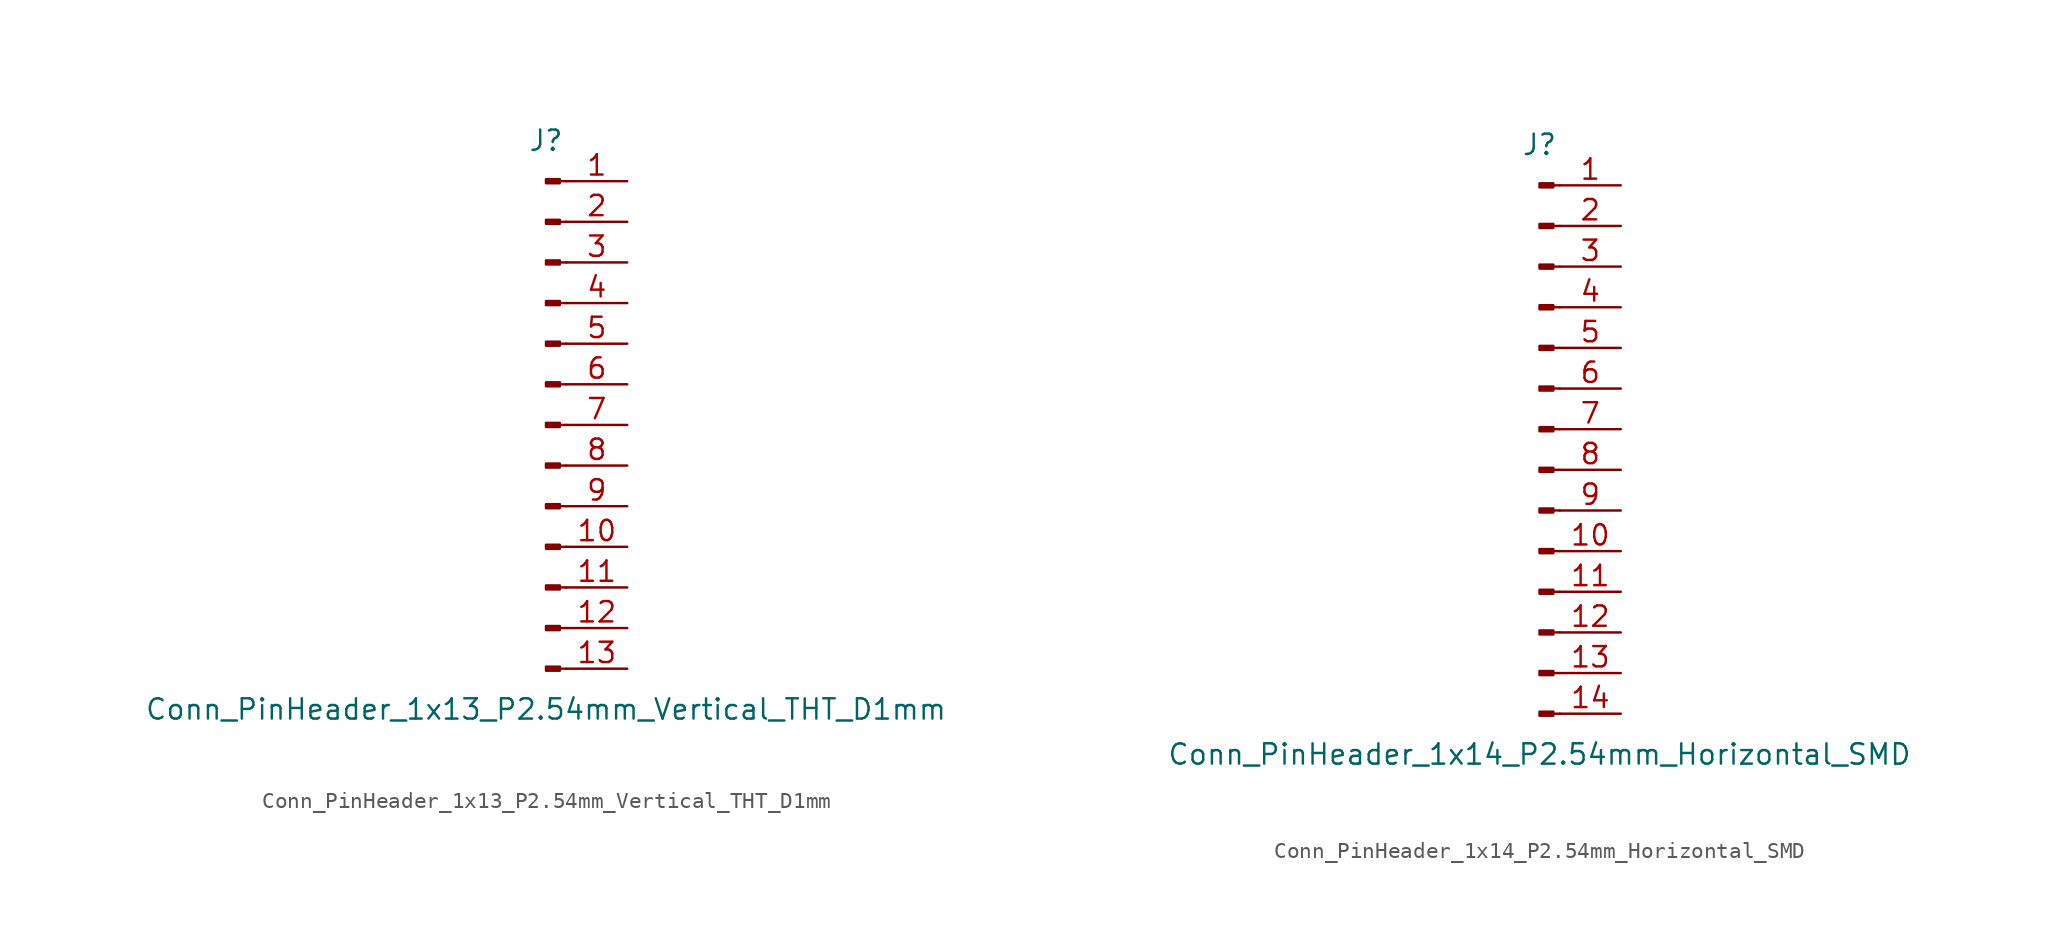
<source format=kicad_sym>
(kicad_symbol_lib
  (version 20220914)
  (generator kicad_symbol_editor)
  (symbol "Conn_PinHeader_1x13_P2.54mm_Vertical_THT_D1mm"
    (pin_names
      (offset 1.016) hide)
    (property "Reference" "J"
      (at 0 17.78 0)
      (effects (font (size 1.27 1.27))))
    (property "Value" "Conn_PinHeader_1x13_P2.54mm_Vertical_THT_D1mm"
      (at 0 -17.78 0)
      (effects (font (size 1.27 1.27))))
    (symbol "Conn_PinHeader_1x13_P2.54mm_Vertical_THT_D1mm_1_1"
      (polyline (pts (xy 1.27 -15.24) (xy 0.864 -15.24)) (stroke (width 0.152) (type solid)) (fill (type none)))
      (polyline (pts (xy 1.27 -12.7) (xy 0.864 -12.7)) (stroke (width 0.152) (type solid)) (fill (type none)))
      (polyline (pts (xy 1.27 -10.16) (xy 0.864 -10.16)) (stroke (width 0.152) (type solid)) (fill (type none)))
      (polyline (pts (xy 1.27 -7.62) (xy 0.864 -7.62)) (stroke (width 0.152) (type solid)) (fill (type none)))
      (polyline (pts (xy 1.27 -5.08) (xy 0.864 -5.08)) (stroke (width 0.152) (type solid)) (fill (type none)))
      (polyline (pts (xy 1.27 -2.54) (xy 0.864 -2.54)) (stroke (width 0.152) (type solid)) (fill (type none)))
      (polyline (pts (xy 1.27 0) (xy 0.864 0)) (stroke (width 0.152) (type solid)) (fill (type none)))
      (polyline (pts (xy 1.27 2.54) (xy 0.864 2.54)) (stroke (width 0.152) (type solid)) (fill (type none)))
      (polyline (pts (xy 1.27 5.08) (xy 0.864 5.08)) (stroke (width 0.152) (type solid)) (fill (type none)))
      (polyline (pts (xy 1.27 7.62) (xy 0.864 7.62)) (stroke (width 0.152) (type solid)) (fill (type none)))
      (polyline (pts (xy 1.27 10.16) (xy 0.864 10.16)) (stroke (width 0.152) (type solid)) (fill (type none)))
      (polyline (pts (xy 1.27 12.7) (xy 0.864 12.7)) (stroke (width 0.152) (type solid)) (fill (type none)))
      (polyline (pts (xy 1.27 15.24) (xy 0.864 15.24)) (stroke (width 0.152) (type solid)) (fill (type none)))
      (rectangle (start 0.864 -15.113) (end 0 -15.367) (stroke (width 0.152) (type solid)) (fill (type outline)))
      (rectangle (start 0.864 -12.573) (end 0 -12.827) (stroke (width 0.152) (type solid)) (fill (type outline)))
      (rectangle (start 0.864 -10.033) (end 0 -10.287) (stroke (width 0.152) (type solid)) (fill (type outline)))
      (rectangle (start 0.864 -7.493) (end 0 -7.747) (stroke (width 0.152) (type solid)) (fill (type outline)))
      (rectangle (start 0.864 -4.953) (end 0 -5.207) (stroke (width 0.152) (type solid)) (fill (type outline)))
      (rectangle (start 0.864 -2.413) (end 0 -2.667) (stroke (width 0.152) (type solid)) (fill (type outline)))
      (rectangle (start 0.864 0.127) (end 0 -0.127) (stroke (width 0.152) (type solid)) (fill (type outline)))
      (rectangle (start 0.864 2.667) (end 0 2.413) (stroke (width 0.152) (type solid)) (fill (type outline)))
      (rectangle (start 0.864 5.207) (end 0 4.953) (stroke (width 0.152) (type solid)) (fill (type outline)))
      (rectangle (start 0.864 7.747) (end 0 7.493) (stroke (width 0.152) (type solid)) (fill (type outline)))
      (rectangle (start 0.864 10.287) (end 0 10.033) (stroke (width 0.152) (type solid)) (fill (type outline)))
      (rectangle (start 0.864 12.827) (end 0 12.573) (stroke (width 0.152) (type solid)) (fill (type outline)))
      (rectangle (start 0.864 15.367) (end 0 15.113) (stroke (width 0.152) (type solid)) (fill (type outline)))
      (pin passive line (at 5.08 15.24 180) (length 3.81) (name "Pin_1" (effects (font (size 1.27 1.27)))) (number "1" (effects (font (size 1.27 1.27)))))
      (pin passive line (at 5.08 -7.62 180) (length 3.81) (name "Pin_10" (effects (font (size 1.27 1.27)))) (number "10" (effects (font (size 1.27 1.27)))))
      (pin passive line (at 5.08 -10.16 180) (length 3.81) (name "Pin_11" (effects (font (size 1.27 1.27)))) (number "11" (effects (font (size 1.27 1.27)))))
      (pin passive line (at 5.08 -12.7 180) (length 3.81) (name "Pin_12" (effects (font (size 1.27 1.27)))) (number "12" (effects (font (size 1.27 1.27)))))
      (pin passive line (at 5.08 -15.24 180) (length 3.81) (name "Pin_13" (effects (font (size 1.27 1.27)))) (number "13" (effects (font (size 1.27 1.27)))))
      (pin passive line (at 5.08 12.7 180) (length 3.81) (name "Pin_2" (effects (font (size 1.27 1.27)))) (number "2" (effects (font (size 1.27 1.27)))))
      (pin passive line (at 5.08 10.16 180) (length 3.81) (name "Pin_3" (effects (font (size 1.27 1.27)))) (number "3" (effects (font (size 1.27 1.27)))))
      (pin passive line (at 5.08 7.62 180) (length 3.81) (name "Pin_4" (effects (font (size 1.27 1.27)))) (number "4" (effects (font (size 1.27 1.27)))))
      (pin passive line (at 5.08 5.08 180) (length 3.81) (name "Pin_5" (effects (font (size 1.27 1.27)))) (number "5" (effects (font (size 1.27 1.27)))))
      (pin passive line (at 5.08 2.54 180) (length 3.81) (name "Pin_6" (effects (font (size 1.27 1.27)))) (number "6" (effects (font (size 1.27 1.27)))))
      (pin passive line (at 5.08 0 180) (length 3.81) (name "Pin_7" (effects (font (size 1.27 1.27)))) (number "7" (effects (font (size 1.27 1.27)))))
      (pin passive line (at 5.08 -2.54 180) (length 3.81) (name "Pin_8" (effects (font (size 1.27 1.27)))) (number "8" (effects (font (size 1.27 1.27)))))
      (pin passive line (at 5.08 -5.08 180) (length 3.81) (name "Pin_9" (effects (font (size 1.27 1.27)))) (number "9" (effects (font (size 1.27 1.27)))))))
  (symbol "Conn_PinHeader_1x14_P2.54mm_Horizontal_SMD"
    (pin_names
      (offset 1.016) hide)
    (property "Reference" "J"
      (at 0 17.78 0)
      (effects (font (size 1.27 1.27))))
    (property "Value" "Conn_PinHeader_1x14_P2.54mm_Horizontal_SMD"
      (at 0 -20.32 0)
      (effects (font (size 1.27 1.27))))
    (symbol "Conn_PinHeader_1x14_P2.54mm_Horizontal_SMD_1_1"
      (polyline (pts (xy 1.27 -17.78) (xy 0.864 -17.78)) (stroke (width 0.152) (type solid)) (fill (type none)))
      (polyline (pts (xy 1.27 -15.24) (xy 0.864 -15.24)) (stroke (width 0.152) (type solid)) (fill (type none)))
      (polyline (pts (xy 1.27 -12.7) (xy 0.864 -12.7)) (stroke (width 0.152) (type solid)) (fill (type none)))
      (polyline (pts (xy 1.27 -10.16) (xy 0.864 -10.16)) (stroke (width 0.152) (type solid)) (fill (type none)))
      (polyline (pts (xy 1.27 -7.62) (xy 0.864 -7.62)) (stroke (width 0.152) (type solid)) (fill (type none)))
      (polyline (pts (xy 1.27 -5.08) (xy 0.864 -5.08)) (stroke (width 0.152) (type solid)) (fill (type none)))
      (polyline (pts (xy 1.27 -2.54) (xy 0.864 -2.54)) (stroke (width 0.152) (type solid)) (fill (type none)))
      (polyline (pts (xy 1.27 0) (xy 0.864 0)) (stroke (width 0.152) (type solid)) (fill (type none)))
      (polyline (pts (xy 1.27 2.54) (xy 0.864 2.54)) (stroke (width 0.152) (type solid)) (fill (type none)))
      (polyline (pts (xy 1.27 5.08) (xy 0.864 5.08)) (stroke (width 0.152) (type solid)) (fill (type none)))
      (polyline (pts (xy 1.27 7.62) (xy 0.864 7.62)) (stroke (width 0.152) (type solid)) (fill (type none)))
      (polyline (pts (xy 1.27 10.16) (xy 0.864 10.16)) (stroke (width 0.152) (type solid)) (fill (type none)))
      (polyline (pts (xy 1.27 12.7) (xy 0.864 12.7)) (stroke (width 0.152) (type solid)) (fill (type none)))
      (polyline (pts (xy 1.27 15.24) (xy 0.864 15.24)) (stroke (width 0.152) (type solid)) (fill (type none)))
      (rectangle (start 0.864 -17.653) (end 0 -17.907) (stroke (width 0.152) (type solid)) (fill (type outline)))
      (rectangle (start 0.864 -15.113) (end 0 -15.367) (stroke (width 0.152) (type solid)) (fill (type outline)))
      (rectangle (start 0.864 -12.573) (end 0 -12.827) (stroke (width 0.152) (type solid)) (fill (type outline)))
      (rectangle (start 0.864 -10.033) (end 0 -10.287) (stroke (width 0.152) (type solid)) (fill (type outline)))
      (rectangle (start 0.864 -7.493) (end 0 -7.747) (stroke (width 0.152) (type solid)) (fill (type outline)))
      (rectangle (start 0.864 -4.953) (end 0 -5.207) (stroke (width 0.152) (type solid)) (fill (type outline)))
      (rectangle (start 0.864 -2.413) (end 0 -2.667) (stroke (width 0.152) (type solid)) (fill (type outline)))
      (rectangle (start 0.864 0.127) (end 0 -0.127) (stroke (width 0.152) (type solid)) (fill (type outline)))
      (rectangle (start 0.864 2.667) (end 0 2.413) (stroke (width 0.152) (type solid)) (fill (type outline)))
      (rectangle (start 0.864 5.207) (end 0 4.953) (stroke (width 0.152) (type solid)) (fill (type outline)))
      (rectangle (start 0.864 7.747) (end 0 7.493) (stroke (width 0.152) (type solid)) (fill (type outline)))
      (rectangle (start 0.864 10.287) (end 0 10.033) (stroke (width 0.152) (type solid)) (fill (type outline)))
      (rectangle (start 0.864 12.827) (end 0 12.573) (stroke (width 0.152) (type solid)) (fill (type outline)))
      (rectangle (start 0.864 15.367) (end 0 15.113) (stroke (width 0.152) (type solid)) (fill (type outline)))
      (pin passive line (at 5.08 15.24 180) (length 3.81) (name "Pin_1" (effects (font (size 1.27 1.27)))) (number "1" (effects (font (size 1.27 1.27)))))
      (pin passive line (at 5.08 -7.62 180) (length 3.81) (name "Pin_10" (effects (font (size 1.27 1.27)))) (number "10" (effects (font (size 1.27 1.27)))))
      (pin passive line (at 5.08 -10.16 180) (length 3.81) (name "Pin_11" (effects (font (size 1.27 1.27)))) (number "11" (effects (font (size 1.27 1.27)))))
      (pin passive line (at 5.08 -12.7 180) (length 3.81) (name "Pin_12" (effects (font (size 1.27 1.27)))) (number "12" (effects (font (size 1.27 1.27)))))
      (pin passive line (at 5.08 -15.24 180) (length 3.81) (name "Pin_13" (effects (font (size 1.27 1.27)))) (number "13" (effects (font (size 1.27 1.27)))))
      (pin passive line (at 5.08 -17.78 180) (length 3.81) (name "Pin_14" (effects (font (size 1.27 1.27)))) (number "14" (effects (font (size 1.27 1.27)))))
      (pin passive line (at 5.08 12.7 180) (length 3.81) (name "Pin_2" (effects (font (size 1.27 1.27)))) (number "2" (effects (font (size 1.27 1.27)))))
      (pin passive line (at 5.08 10.16 180) (length 3.81) (name "Pin_3" (effects (font (size 1.27 1.27)))) (number "3" (effects (font (size 1.27 1.27)))))
      (pin passive line (at 5.08 7.62 180) (length 3.81) (name "Pin_4" (effects (font (size 1.27 1.27)))) (number "4" (effects (font (size 1.27 1.27)))))
      (pin passive line (at 5.08 5.08 180) (length 3.81) (name "Pin_5" (effects (font (size 1.27 1.27)))) (number "5" (effects (font (size 1.27 1.27)))))
      (pin passive line (at 5.08 2.54 180) (length 3.81) (name "Pin_6" (effects (font (size 1.27 1.27)))) (number "6" (effects (font (size 1.27 1.27)))))
      (pin passive line (at 5.08 0 180) (length 3.81) (name "Pin_7" (effects (font (size 1.27 1.27)))) (number "7" (effects (font (size 1.27 1.27)))))
      (pin passive line (at 5.08 -2.54 180) (length 3.81) (name "Pin_8" (effects (font (size 1.27 1.27)))) (number "8" (effects (font (size 1.27 1.27)))))
      (pin passive line (at 5.08 -5.08 180) (length 3.81) (name "Pin_9" (effects (font (size 1.27 1.27)))) (number "9" (effects (font (size 1.27 1.27))))))))
</source>
